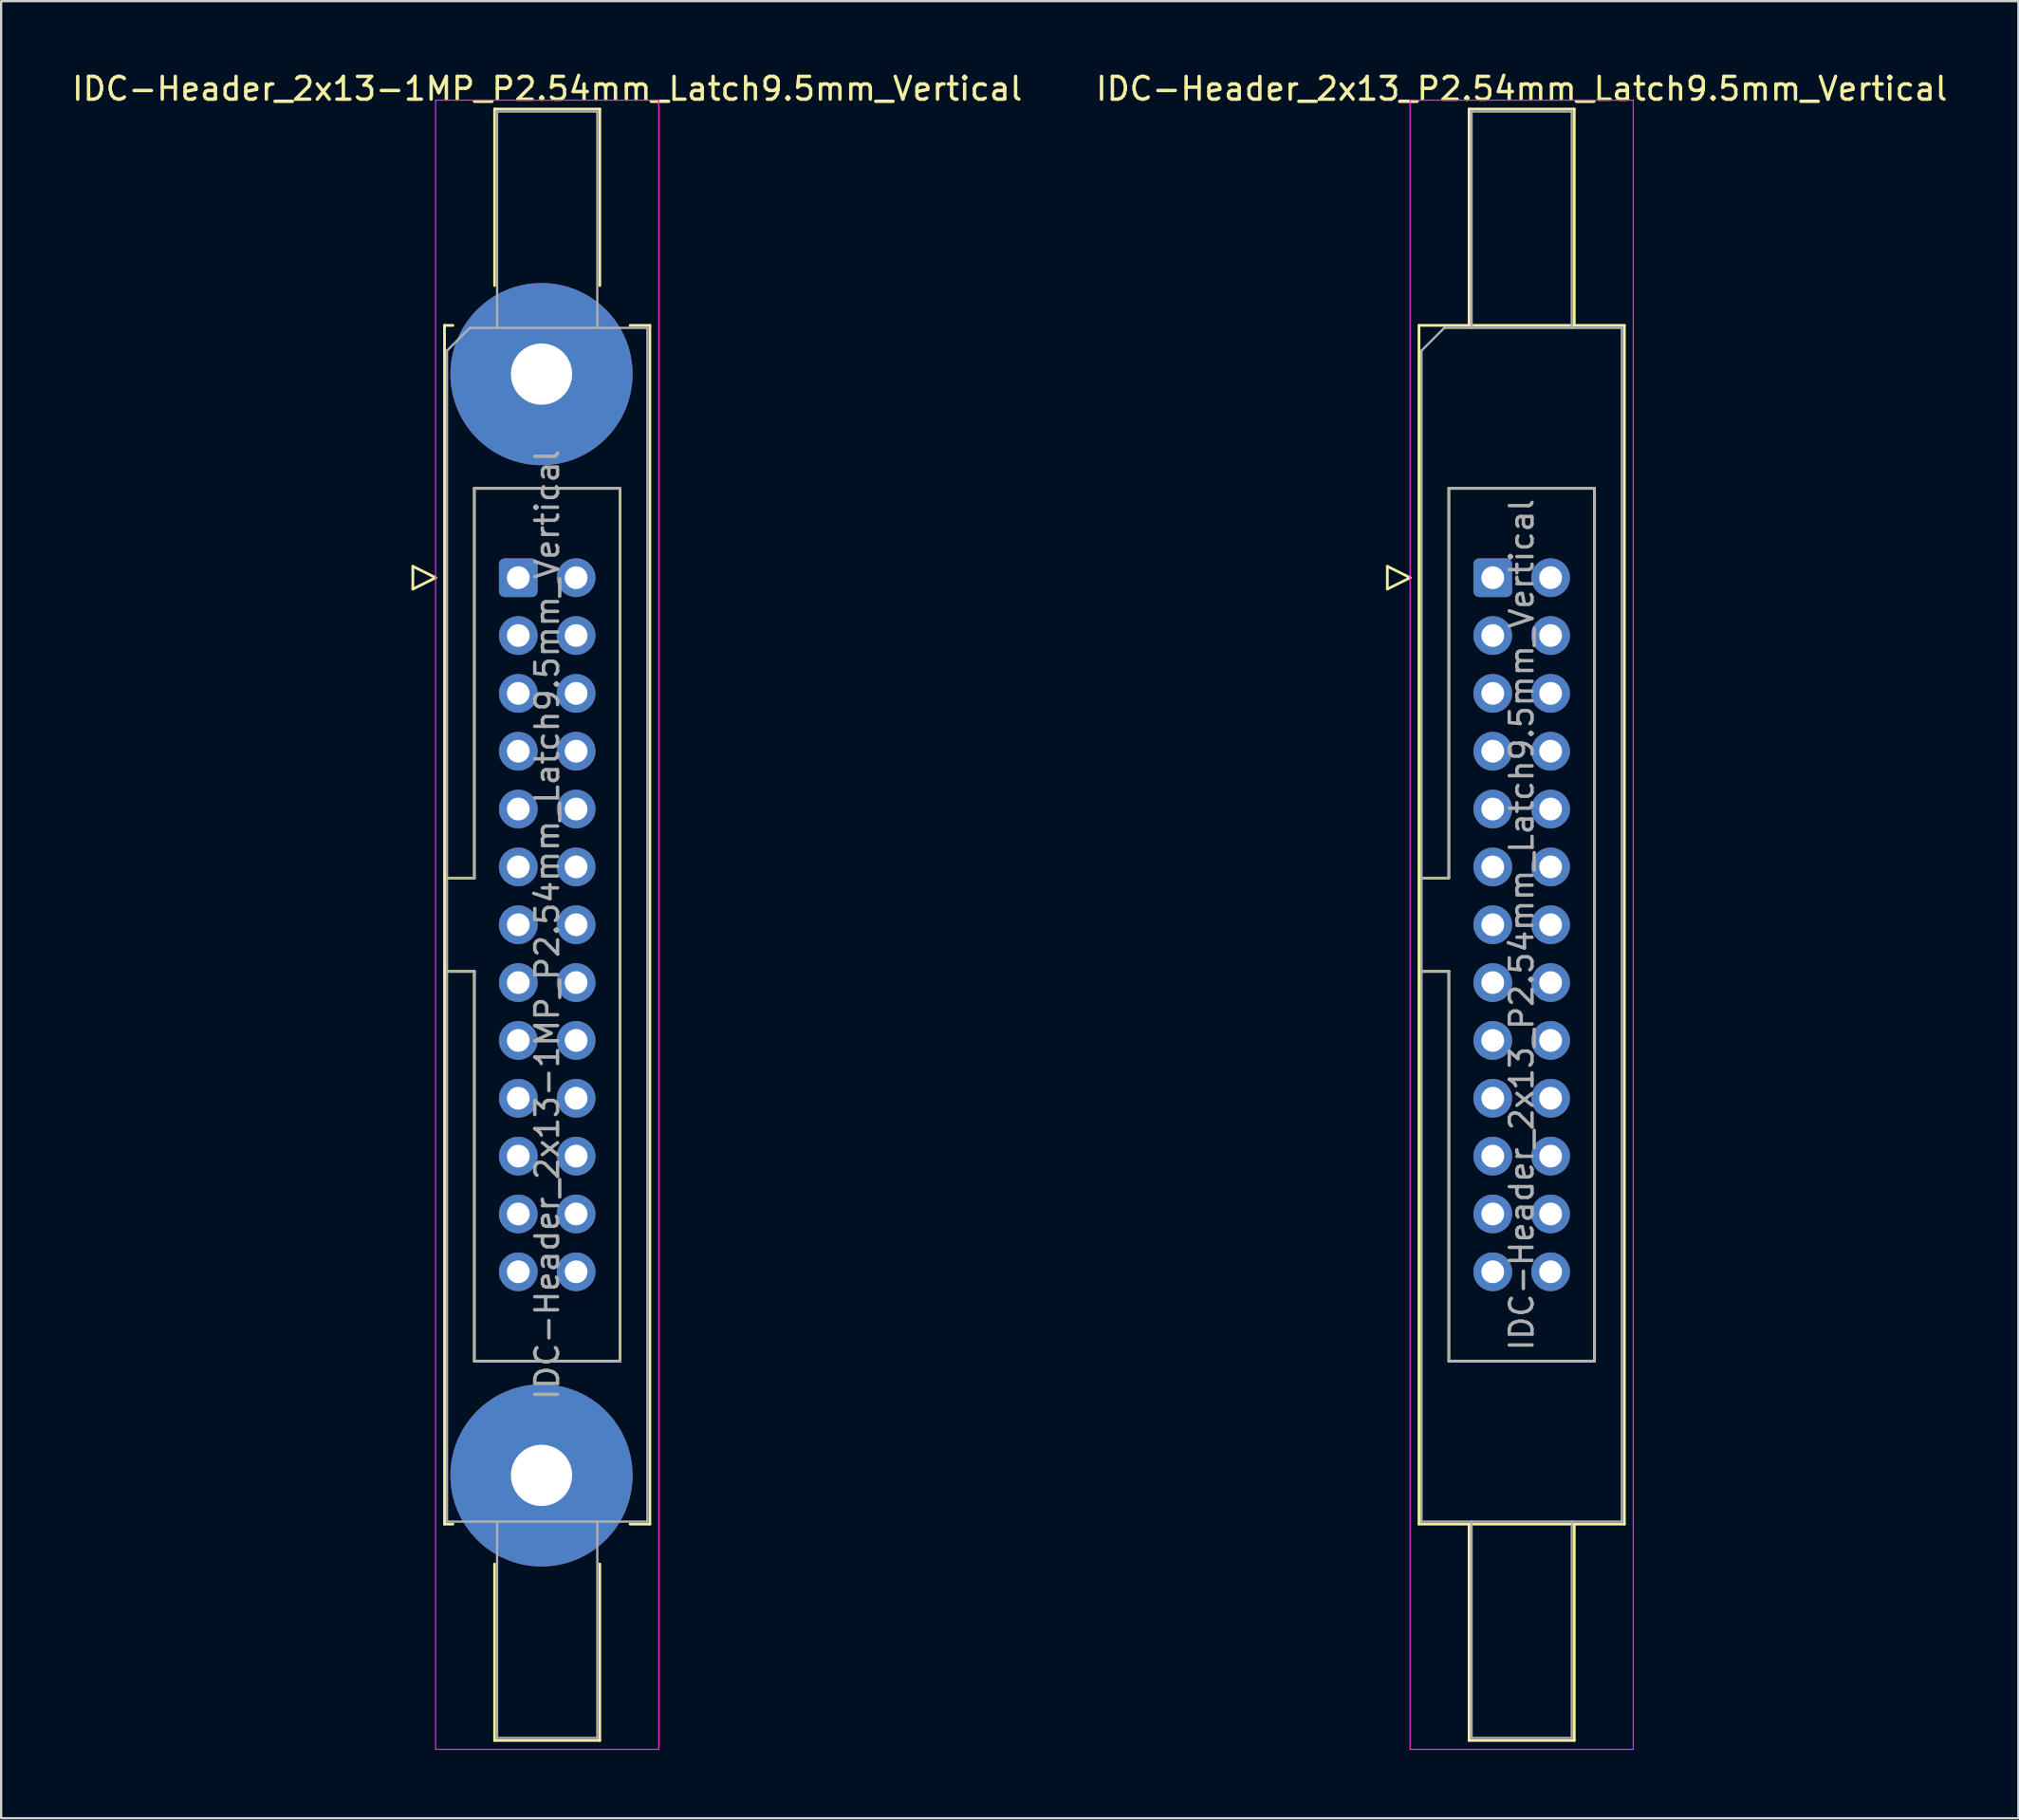
<source format=kicad_pcb>
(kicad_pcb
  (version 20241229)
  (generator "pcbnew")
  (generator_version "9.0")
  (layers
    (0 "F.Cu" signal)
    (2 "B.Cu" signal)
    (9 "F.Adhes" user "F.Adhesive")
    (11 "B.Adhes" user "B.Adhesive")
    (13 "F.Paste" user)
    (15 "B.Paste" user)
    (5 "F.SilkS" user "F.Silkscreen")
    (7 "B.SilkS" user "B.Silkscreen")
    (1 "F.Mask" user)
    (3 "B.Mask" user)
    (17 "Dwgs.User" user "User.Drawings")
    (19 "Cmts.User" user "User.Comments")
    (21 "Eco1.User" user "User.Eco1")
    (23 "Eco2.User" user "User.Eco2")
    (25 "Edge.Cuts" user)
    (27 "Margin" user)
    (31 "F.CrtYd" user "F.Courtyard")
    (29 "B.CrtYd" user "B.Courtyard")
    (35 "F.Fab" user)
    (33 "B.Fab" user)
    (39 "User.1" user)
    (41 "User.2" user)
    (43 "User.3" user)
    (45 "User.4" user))
  (footprint "IDC-Header_2x13_P2.54mm_Latch9.5mm_Vertical"
    (layer "F.Cu")
    (at 62.51 22.318)
    (property "Reference" "IDC-Header_2x13_P2.54mm_Latch9.5mm_Vertical" (at 1.27 -21.47 0) (layer "F.SilkS") (effects (font (size 1 1) (thickness 0.15))))
    (attr through_hole)
    (fp_line (start -4.63 -0.5) (end -4.63 0.5) (stroke (width 0.12) (type solid)) (layer "F.SilkS"))
    (fp_line (start -4.63 0.5) (end -3.63 0) (stroke (width 0.12) (type solid)) (layer "F.SilkS"))
    (fp_line (start -3.63 0) (end -4.63 -0.5) (stroke (width 0.12) (type solid)) (layer "F.SilkS"))
    (fp_line (start -3.24 -11.08) (end 5.78 -11.08) (stroke (width 0.12) (type solid)) (layer "F.SilkS"))
    (fp_line (start -3.24 13.19) (end -1.93 13.19) (stroke (width 0.12) (type solid)) (layer "F.SilkS"))
    (fp_line (start -3.24 41.56) (end -3.24 -11.08) (stroke (width 0.12) (type solid)) (layer "F.SilkS"))
    (fp_line (start -1.93 -3.92) (end 4.47 -3.92) (stroke (width 0.12) (type solid)) (layer "F.SilkS"))
    (fp_line (start -1.93 13.19) (end -1.93 -3.92) (stroke (width 0.12) (type solid)) (layer "F.SilkS"))
    (fp_line (start -1.93 17.29) (end -3.24 17.29) (stroke (width 0.12) (type solid)) (layer "F.SilkS"))
    (fp_line (start -1.93 17.29) (end -1.93 17.29) (stroke (width 0.12) (type solid)) (layer "F.SilkS"))
    (fp_line (start -1.93 34.4) (end -1.93 17.29) (stroke (width 0.12) (type solid)) (layer "F.SilkS"))
    (fp_line (start -1.04 -20.58) (end 3.58 -20.58) (stroke (width 0.12) (type solid)) (layer "F.SilkS"))
    (fp_line (start -1.04 -11.08) (end -1.04 -20.58) (stroke (width 0.12) (type solid)) (layer "F.SilkS"))
    (fp_line (start -1.04 41.56) (end -1.04 51.06) (stroke (width 0.12) (type solid)) (layer "F.SilkS"))
    (fp_line (start -1.04 51.06) (end 3.58 51.06) (stroke (width 0.12) (type solid)) (layer "F.SilkS"))
    (fp_line (start 3.58 -20.58) (end 3.58 -11.08) (stroke (width 0.12) (type solid)) (layer "F.SilkS"))
    (fp_line (start 3.58 51.06) (end 3.58 41.56) (stroke (width 0.12) (type solid)) (layer "F.SilkS"))
    (fp_line (start 4.47 -3.92) (end 4.47 34.4) (stroke (width 0.12) (type solid)) (layer "F.SilkS"))
    (fp_line (start 4.47 34.4) (end -1.93 34.4) (stroke (width 0.12) (type solid)) (layer "F.SilkS"))
    (fp_line (start 5.78 -11.08) (end 5.78 41.56) (stroke (width 0.12) (type solid)) (layer "F.SilkS"))
    (fp_line (start 5.78 41.56) (end -3.24 41.56) (stroke (width 0.12) (type solid)) (layer "F.SilkS"))
    (fp_line (start -3.63 -20.97) (end -3.63 51.45) (stroke (width 0.05) (type solid)) (layer "F.CrtYd"))
    (fp_line (start -3.63 51.45) (end 6.17 51.45) (stroke (width 0.05) (type solid)) (layer "F.CrtYd"))
    (fp_line (start 6.17 -20.97) (end -3.63 -20.97) (stroke (width 0.05) (type solid)) (layer "F.CrtYd"))
    (fp_line (start 6.17 51.45) (end 6.17 -20.97) (stroke (width 0.05) (type solid)) (layer "F.CrtYd"))
    (fp_line (start -3.13 -9.97) (end -2.13 -10.97) (stroke (width 0.1) (type solid)) (layer "F.Fab"))
    (fp_line (start -3.13 13.19) (end -1.93 13.19) (stroke (width 0.1) (type solid)) (layer "F.Fab"))
    (fp_line (start -3.13 41.45) (end -3.13 -9.97) (stroke (width 0.1) (type solid)) (layer "F.Fab"))
    (fp_line (start -2.13 -10.97) (end 5.67 -10.97) (stroke (width 0.1) (type solid)) (layer "F.Fab"))
    (fp_line (start -1.93 -3.92) (end 4.47 -3.92) (stroke (width 0.1) (type solid)) (layer "F.Fab"))
    (fp_line (start -1.93 13.19) (end -1.93 -3.92) (stroke (width 0.1) (type solid)) (layer "F.Fab"))
    (fp_line (start -1.93 17.29) (end -3.13 17.29) (stroke (width 0.1) (type solid)) (layer "F.Fab"))
    (fp_line (start -1.93 17.29) (end -1.93 17.29) (stroke (width 0.1) (type solid)) (layer "F.Fab"))
    (fp_line (start -1.93 34.4) (end -1.93 17.29) (stroke (width 0.1) (type solid)) (layer "F.Fab"))
    (fp_line (start -0.93 -20.47) (end 3.47 -20.47) (stroke (width 0.1) (type solid)) (layer "F.Fab"))
    (fp_line (start -0.93 -10.97) (end -0.93 -20.47) (stroke (width 0.1) (type solid)) (layer "F.Fab"))
    (fp_line (start -0.93 41.45) (end -0.93 50.95) (stroke (width 0.1) (type solid)) (layer "F.Fab"))
    (fp_line (start -0.93 50.95) (end 3.47 50.95) (stroke (width 0.1) (type solid)) (layer "F.Fab"))
    (fp_line (start 3.47 -20.47) (end 3.47 -10.97) (stroke (width 0.1) (type solid)) (layer "F.Fab"))
    (fp_line (start 3.47 50.95) (end 3.47 41.45) (stroke (width 0.1) (type solid)) (layer "F.Fab"))
    (fp_line (start 4.47 -3.92) (end 4.47 34.4) (stroke (width 0.1) (type solid)) (layer "F.Fab"))
    (fp_line (start 4.47 34.4) (end -1.93 34.4) (stroke (width 0.1) (type solid)) (layer "F.Fab"))
    (fp_line (start 5.67 -10.97) (end 5.67 41.45) (stroke (width 0.1) (type solid)) (layer "F.Fab"))
    (fp_line (start 5.67 41.45) (end -3.13 41.45) (stroke (width 0.1) (type solid)) (layer "F.Fab"))
    (fp_text user "${REFERENCE}" (at 1.27 15.24 90) (layer "F.Fab") (effects (font (size 1 1) (thickness 0.15))))
    (pad "1" thru_hole roundrect (at 0 0) (size 1.7 1.7) (drill 1) (layers "*.Cu" "*.Mask") (roundrect_rratio 0.147))
    (pad "2" thru_hole circle (at 2.54 0) (size 1.7 1.7) (drill 1) (layers "*.Cu" "*.Mask"))
    (pad "3" thru_hole circle (at 0 2.54) (size 1.7 1.7) (drill 1) (layers "*.Cu" "*.Mask"))
    (pad "4" thru_hole circle (at 2.54 2.54) (size 1.7 1.7) (drill 1) (layers "*.Cu" "*.Mask"))
    (pad "5" thru_hole circle (at 0 5.08) (size 1.7 1.7) (drill 1) (layers "*.Cu" "*.Mask"))
    (pad "6" thru_hole circle (at 2.54 5.08) (size 1.7 1.7) (drill 1) (layers "*.Cu" "*.Mask"))
    (pad "7" thru_hole circle (at 0 7.62) (size 1.7 1.7) (drill 1) (layers "*.Cu" "*.Mask"))
    (pad "8" thru_hole circle (at 2.54 7.62) (size 1.7 1.7) (drill 1) (layers "*.Cu" "*.Mask"))
    (pad "9" thru_hole circle (at 0 10.16) (size 1.7 1.7) (drill 1) (layers "*.Cu" "*.Mask"))
    (pad "10" thru_hole circle (at 2.54 10.16) (size 1.7 1.7) (drill 1) (layers "*.Cu" "*.Mask"))
    (pad "11" thru_hole circle (at 0 12.7) (size 1.7 1.7) (drill 1) (layers "*.Cu" "*.Mask"))
    (pad "12" thru_hole circle (at 2.54 12.7) (size 1.7 1.7) (drill 1) (layers "*.Cu" "*.Mask"))
    (pad "13" thru_hole circle (at 0 15.24) (size 1.7 1.7) (drill 1) (layers "*.Cu" "*.Mask"))
    (pad "14" thru_hole circle (at 2.54 15.24) (size 1.7 1.7) (drill 1) (layers "*.Cu" "*.Mask"))
    (pad "15" thru_hole circle (at 0 17.78) (size 1.7 1.7) (drill 1) (layers "*.Cu" "*.Mask"))
    (pad "16" thru_hole circle (at 2.54 17.78) (size 1.7 1.7) (drill 1) (layers "*.Cu" "*.Mask"))
    (pad "17" thru_hole circle (at 0 20.32) (size 1.7 1.7) (drill 1) (layers "*.Cu" "*.Mask"))
    (pad "18" thru_hole circle (at 2.54 20.32) (size 1.7 1.7) (drill 1) (layers "*.Cu" "*.Mask"))
    (pad "19" thru_hole circle (at 0 22.86) (size 1.7 1.7) (drill 1) (layers "*.Cu" "*.Mask"))
    (pad "20" thru_hole circle (at 2.54 22.86) (size 1.7 1.7) (drill 1) (layers "*.Cu" "*.Mask"))
    (pad "21" thru_hole circle (at 0 25.4) (size 1.7 1.7) (drill 1) (layers "*.Cu" "*.Mask"))
    (pad "22" thru_hole circle (at 2.54 25.4) (size 1.7 1.7) (drill 1) (layers "*.Cu" "*.Mask"))
    (pad "23" thru_hole circle (at 0 27.94) (size 1.7 1.7) (drill 1) (layers "*.Cu" "*.Mask"))
    (pad "24" thru_hole circle (at 2.54 27.94) (size 1.7 1.7) (drill 1) (layers "*.Cu" "*.Mask"))
    (pad "25" thru_hole circle (at 0 30.48) (size 1.7 1.7) (drill 1) (layers "*.Cu" "*.Mask"))
    (pad "26" thru_hole circle (at 2.54 30.48) (size 1.7 1.7) (drill 1) (layers "*.Cu" "*.Mask")))
  (footprint "IDC-Header_2x13-1MP_P2.54mm_Latch9.5mm_Vertical"
    (layer "F.Cu")
    (at 19.712 22.318)
    (property "Reference" "IDC-Header_2x13-1MP_P2.54mm_Latch9.5mm_Vertical" (at 1.27 -21.47 0) (layer "F.SilkS") (effects (font (size 1 1) (thickness 0.15))))
    (attr through_hole)
    (fp_line (start -4.63 -0.5) (end -4.63 0.5) (stroke (width 0.12) (type solid)) (layer "F.SilkS"))
    (fp_line (start -4.63 0.5) (end -3.63 0) (stroke (width 0.12) (type solid)) (layer "F.SilkS"))
    (fp_line (start -3.63 0) (end -4.63 -0.5) (stroke (width 0.12) (type solid)) (layer "F.SilkS"))
    (fp_line (start -3.24 -11.08) (end -3.24 41.56) (stroke (width 0.12) (type solid)) (layer "F.SilkS"))
    (fp_line (start -3.24 13.19) (end -1.93 13.19) (stroke (width 0.12) (type solid)) (layer "F.SilkS"))
    (fp_line (start -3.24 41.56) (end -2.87 41.56) (stroke (width 0.12) (type solid)) (layer "F.SilkS"))
    (fp_line (start -2.87 -11.08) (end -3.24 -11.08) (stroke (width 0.12) (type solid)) (layer "F.SilkS"))
    (fp_line (start -1.93 -3.92) (end 4.47 -3.92) (stroke (width 0.12) (type solid)) (layer "F.SilkS"))
    (fp_line (start -1.93 13.19) (end -1.93 -3.92) (stroke (width 0.12) (type solid)) (layer "F.SilkS"))
    (fp_line (start -1.93 17.29) (end -3.24 17.29) (stroke (width 0.12) (type solid)) (layer "F.SilkS"))
    (fp_line (start -1.93 17.29) (end -1.93 17.29) (stroke (width 0.12) (type solid)) (layer "F.SilkS"))
    (fp_line (start -1.93 34.4) (end -1.93 17.29) (stroke (width 0.12) (type solid)) (layer "F.SilkS"))
    (fp_line (start -1.04 -20.58) (end 3.58 -20.58) (stroke (width 0.12) (type solid)) (layer "F.SilkS"))
    (fp_line (start -1.04 -12.83) (end -1.04 -20.58) (stroke (width 0.12) (type solid)) (layer "F.SilkS"))
    (fp_line (start -1.04 43.31) (end -1.04 51.06) (stroke (width 0.12) (type solid)) (layer "F.SilkS"))
    (fp_line (start -1.04 51.06) (end 3.58 51.06) (stroke (width 0.12) (type solid)) (layer "F.SilkS"))
    (fp_line (start 3.58 -20.58) (end 3.58 -12.83) (stroke (width 0.12) (type solid)) (layer "F.SilkS"))
    (fp_line (start 3.58 51.06) (end 3.58 43.31) (stroke (width 0.12) (type solid)) (layer "F.SilkS"))
    (fp_line (start 4.47 -3.92) (end 4.47 34.4) (stroke (width 0.12) (type solid)) (layer "F.SilkS"))
    (fp_line (start 4.47 34.4) (end -1.93 34.4) (stroke (width 0.12) (type solid)) (layer "F.SilkS"))
    (fp_line (start 4.91 -11.08) (end 5.78 -11.08) (stroke (width 0.12) (type solid)) (layer "F.SilkS"))
    (fp_line (start 5.78 -11.08) (end 5.78 41.56) (stroke (width 0.12) (type solid)) (layer "F.SilkS"))
    (fp_line (start 5.78 41.56) (end 4.91 41.56) (stroke (width 0.12) (type solid)) (layer "F.SilkS"))
    (fp_line (start -3.63 -20.97) (end -3.63 51.45) (stroke (width 0.05) (type solid)) (layer "F.CrtYd"))
    (fp_line (start -3.63 51.45) (end 6.17 51.45) (stroke (width 0.05) (type solid)) (layer "F.CrtYd"))
    (fp_line (start 6.17 -20.97) (end -3.63 -20.97) (stroke (width 0.05) (type solid)) (layer "F.CrtYd"))
    (fp_line (start 6.17 51.45) (end 6.17 -20.97) (stroke (width 0.05) (type solid)) (layer "F.CrtYd"))
    (fp_line (start -3.13 -9.97) (end -2.13 -10.97) (stroke (width 0.1) (type solid)) (layer "F.Fab"))
    (fp_line (start -3.13 13.19) (end -1.93 13.19) (stroke (width 0.1) (type solid)) (layer "F.Fab"))
    (fp_line (start -3.13 41.45) (end -3.13 -9.97) (stroke (width 0.1) (type solid)) (layer "F.Fab"))
    (fp_line (start -2.13 -10.97) (end 5.67 -10.97) (stroke (width 0.1) (type solid)) (layer "F.Fab"))
    (fp_line (start -1.93 -3.92) (end 4.47 -3.92) (stroke (width 0.1) (type solid)) (layer "F.Fab"))
    (fp_line (start -1.93 13.19) (end -1.93 -3.92) (stroke (width 0.1) (type solid)) (layer "F.Fab"))
    (fp_line (start -1.93 17.29) (end -3.13 17.29) (stroke (width 0.1) (type solid)) (layer "F.Fab"))
    (fp_line (start -1.93 17.29) (end -1.93 17.29) (stroke (width 0.1) (type solid)) (layer "F.Fab"))
    (fp_line (start -1.93 34.4) (end -1.93 17.29) (stroke (width 0.1) (type solid)) (layer "F.Fab"))
    (fp_line (start -0.93 -20.47) (end 3.47 -20.47) (stroke (width 0.1) (type solid)) (layer "F.Fab"))
    (fp_line (start -0.93 -10.97) (end -0.93 -20.47) (stroke (width 0.1) (type solid)) (layer "F.Fab"))
    (fp_line (start -0.93 41.45) (end -0.93 50.95) (stroke (width 0.1) (type solid)) (layer "F.Fab"))
    (fp_line (start -0.93 50.95) (end 3.47 50.95) (stroke (width 0.1) (type solid)) (layer "F.Fab"))
    (fp_line (start 3.47 -20.47) (end 3.47 -10.97) (stroke (width 0.1) (type solid)) (layer "F.Fab"))
    (fp_line (start 3.47 50.95) (end 3.47 41.45) (stroke (width 0.1) (type solid)) (layer "F.Fab"))
    (fp_line (start 4.47 -3.92) (end 4.47 34.4) (stroke (width 0.1) (type solid)) (layer "F.Fab"))
    (fp_line (start 4.47 34.4) (end -1.93 34.4) (stroke (width 0.1) (type solid)) (layer "F.Fab"))
    (fp_line (start 5.67 -10.97) (end 5.67 41.45) (stroke (width 0.1) (type solid)) (layer "F.Fab"))
    (fp_line (start 5.67 41.45) (end -3.13 41.45) (stroke (width 0.1) (type solid)) (layer "F.Fab"))
    (fp_text user "${REFERENCE}" (at 1.27 15.24 90) (layer "F.Fab") (effects (font (size 1 1) (thickness 0.15))))
    (pad "1" thru_hole roundrect (at 0 0) (size 1.7 1.7) (drill 1) (layers "*.Cu" "*.Mask") (roundrect_rratio 0.147))
    (pad "2" thru_hole circle (at 2.54 0) (size 1.7 1.7) (drill 1) (layers "*.Cu" "*.Mask"))
    (pad "3" thru_hole circle (at 0 2.54) (size 1.7 1.7) (drill 1) (layers "*.Cu" "*.Mask"))
    (pad "4" thru_hole circle (at 2.54 2.54) (size 1.7 1.7) (drill 1) (layers "*.Cu" "*.Mask"))
    (pad "5" thru_hole circle (at 0 5.08) (size 1.7 1.7) (drill 1) (layers "*.Cu" "*.Mask"))
    (pad "6" thru_hole circle (at 2.54 5.08) (size 1.7 1.7) (drill 1) (layers "*.Cu" "*.Mask"))
    (pad "7" thru_hole circle (at 0 7.62) (size 1.7 1.7) (drill 1) (layers "*.Cu" "*.Mask"))
    (pad "8" thru_hole circle (at 2.54 7.62) (size 1.7 1.7) (drill 1) (layers "*.Cu" "*.Mask"))
    (pad "9" thru_hole circle (at 0 10.16) (size 1.7 1.7) (drill 1) (layers "*.Cu" "*.Mask"))
    (pad "10" thru_hole circle (at 2.54 10.16) (size 1.7 1.7) (drill 1) (layers "*.Cu" "*.Mask"))
    (pad "11" thru_hole circle (at 0 12.7) (size 1.7 1.7) (drill 1) (layers "*.Cu" "*.Mask"))
    (pad "12" thru_hole circle (at 2.54 12.7) (size 1.7 1.7) (drill 1) (layers "*.Cu" "*.Mask"))
    (pad "13" thru_hole circle (at 0 15.24) (size 1.7 1.7) (drill 1) (layers "*.Cu" "*.Mask"))
    (pad "14" thru_hole circle (at 2.54 15.24) (size 1.7 1.7) (drill 1) (layers "*.Cu" "*.Mask"))
    (pad "15" thru_hole circle (at 0 17.78) (size 1.7 1.7) (drill 1) (layers "*.Cu" "*.Mask"))
    (pad "16" thru_hole circle (at 2.54 17.78) (size 1.7 1.7) (drill 1) (layers "*.Cu" "*.Mask"))
    (pad "17" thru_hole circle (at 0 20.32) (size 1.7 1.7) (drill 1) (layers "*.Cu" "*.Mask"))
    (pad "18" thru_hole circle (at 2.54 20.32) (size 1.7 1.7) (drill 1) (layers "*.Cu" "*.Mask"))
    (pad "19" thru_hole circle (at 0 22.86) (size 1.7 1.7) (drill 1) (layers "*.Cu" "*.Mask"))
    (pad "20" thru_hole circle (at 2.54 22.86) (size 1.7 1.7) (drill 1) (layers "*.Cu" "*.Mask"))
    (pad "21" thru_hole circle (at 0 25.4) (size 1.7 1.7) (drill 1) (layers "*.Cu" "*.Mask"))
    (pad "22" thru_hole circle (at 2.54 25.4) (size 1.7 1.7) (drill 1) (layers "*.Cu" "*.Mask"))
    (pad "23" thru_hole circle (at 0 27.94) (size 1.7 1.7) (drill 1) (layers "*.Cu" "*.Mask"))
    (pad "24" thru_hole circle (at 2.54 27.94) (size 1.7 1.7) (drill 1) (layers "*.Cu" "*.Mask"))
    (pad "25" thru_hole circle (at 0 30.48) (size 1.7 1.7) (drill 1) (layers "*.Cu" "*.Mask"))
    (pad "26" thru_hole circle (at 2.54 30.48) (size 1.7 1.7) (drill 1) (layers "*.Cu" "*.Mask"))
    (pad "MP" thru_hole circle (at 1.02 -8.94) (size 8 8) (drill 2.69) (layers "*.Cu" "*.Mask"))
    (pad "MP" thru_hole circle (at 1.02 39.42) (size 8 8) (drill 2.69) (layers "*.Cu" "*.Mask")))
  (gr_rect
    (start -3 -3)
    (end 85.595 76.793)
    (stroke (width 0.1) (type default))
    (fill no)
    (layer "Edge.Cuts")))
</source>
